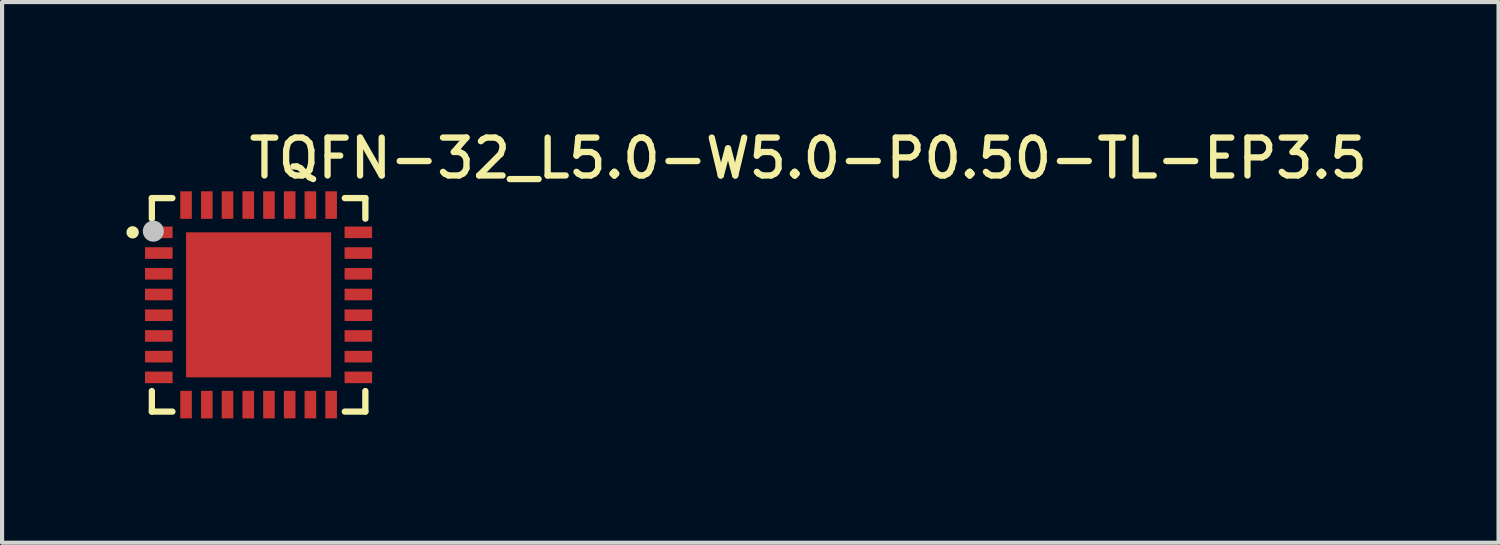
<source format=kicad_pcb>
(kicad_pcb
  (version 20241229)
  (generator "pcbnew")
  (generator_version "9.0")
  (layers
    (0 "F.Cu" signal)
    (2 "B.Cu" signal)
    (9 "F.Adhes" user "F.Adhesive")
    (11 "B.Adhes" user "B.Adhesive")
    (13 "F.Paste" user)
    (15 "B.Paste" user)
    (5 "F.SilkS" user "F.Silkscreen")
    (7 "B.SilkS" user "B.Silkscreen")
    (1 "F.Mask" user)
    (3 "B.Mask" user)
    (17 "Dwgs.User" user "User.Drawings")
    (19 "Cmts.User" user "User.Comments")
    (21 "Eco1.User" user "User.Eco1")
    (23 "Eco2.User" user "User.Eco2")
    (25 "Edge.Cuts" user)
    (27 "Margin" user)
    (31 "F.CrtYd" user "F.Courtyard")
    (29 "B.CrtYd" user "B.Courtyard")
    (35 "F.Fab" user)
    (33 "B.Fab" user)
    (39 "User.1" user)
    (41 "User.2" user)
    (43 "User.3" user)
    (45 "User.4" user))
  (footprint "TQFN-32_L5.0-W5.0-P0.50-TL-EP3.5"
    (layer "F.Cu")
    (at 3.19 4.306)
    (property "Reference" "TQFN-32_L5.0-W5.0-P0.50-TL-EP3.5" (at -0.307 -4.072 0) (layer "F.SilkS") (effects (font (size 0.914 0.914) (thickness 0.152)) (justify left top)))
    (fp_line (start -2.576 -2.576) (end -2.576 -2.08) (stroke (width 0.152) (type default)) (layer "F.SilkS"))
    (fp_line (start -2.576 2.576) (end -2.576 2.08) (stroke (width 0.152) (type default)) (layer "F.SilkS"))
    (fp_line (start -2.08 -2.576) (end -2.576 -2.576) (stroke (width 0.152) (type default)) (layer "F.SilkS"))
    (fp_line (start -2.08 2.576) (end -2.576 2.576) (stroke (width 0.152) (type default)) (layer "F.SilkS"))
    (fp_line (start 2.08 -2.576) (end 2.576 -2.576) (stroke (width 0.152) (type default)) (layer "F.SilkS"))
    (fp_line (start 2.08 2.576) (end 2.576 2.576) (stroke (width 0.152) (type default)) (layer "F.SilkS"))
    (fp_line (start 2.576 -2.576) (end 2.576 -2.08) (stroke (width 0.152) (type default)) (layer "F.SilkS"))
    (fp_line (start 2.576 2.576) (end 2.576 2.08) (stroke (width 0.152) (type default)) (layer "F.SilkS"))
    (fp_circle (center -3.04 -1.75) (end -2.965 -1.75) (stroke (width 0.15) (type default)) (fill no) (layer "F.SilkS"))
    (fp_circle (center -2.54 -1.778) (end -2.413 -1.778) (stroke (width 0.254) (type default)) (fill no) (layer "Dwgs.User"))
    (fp_circle (center -2.5 -2.5) (end -2.47 -2.5) (stroke (width 0.06) (type default)) (fill no) (layer "User.5"))
    (pad "1" smd rect (at -2.408 -1.75) (size 0.665 0.28) (layers "F.Cu" "F.Mask" "F.Paste"))
    (pad "2" smd rect (at -2.408 -1.25) (size 0.665 0.28) (layers "F.Cu" "F.Mask" "F.Paste"))
    (pad "3" smd rect (at -2.408 -0.75) (size 0.665 0.28) (layers "F.Cu" "F.Mask" "F.Paste"))
    (pad "4" smd rect (at -2.408 -0.25) (size 0.665 0.28) (layers "F.Cu" "F.Mask" "F.Paste"))
    (pad "5" smd rect (at -2.408 0.25) (size 0.665 0.28) (layers "F.Cu" "F.Mask" "F.Paste"))
    (pad "6" smd rect (at -2.408 0.75) (size 0.665 0.28) (layers "F.Cu" "F.Mask" "F.Paste"))
    (pad "7" smd rect (at -2.408 1.25) (size 0.665 0.28) (layers "F.Cu" "F.Mask" "F.Paste"))
    (pad "8" smd rect (at -2.408 1.75) (size 0.665 0.28) (layers "F.Cu" "F.Mask" "F.Paste"))
    (pad "9" smd rect (at -1.75 2.407) (size 0.28 0.665) (layers "F.Cu" "F.Mask" "F.Paste"))
    (pad "10" smd rect (at -1.25 2.407) (size 0.28 0.665) (layers "F.Cu" "F.Mask" "F.Paste"))
    (pad "11" smd rect (at -0.75 2.407) (size 0.28 0.665) (layers "F.Cu" "F.Mask" "F.Paste"))
    (pad "12" smd rect (at -0.25 2.407) (size 0.28 0.665) (layers "F.Cu" "F.Mask" "F.Paste"))
    (pad "13" smd rect (at 0.25 2.407) (size 0.28 0.665) (layers "F.Cu" "F.Mask" "F.Paste"))
    (pad "14" smd rect (at 0.75 2.407) (size 0.28 0.665) (layers "F.Cu" "F.Mask" "F.Paste"))
    (pad "15" smd rect (at 1.25 2.407) (size 0.28 0.665) (layers "F.Cu" "F.Mask" "F.Paste"))
    (pad "16" smd rect (at 1.75 2.407) (size 0.28 0.665) (layers "F.Cu" "F.Mask" "F.Paste"))
    (pad "17" smd rect (at 2.407 1.75) (size 0.665 0.28) (layers "F.Cu" "F.Mask" "F.Paste"))
    (pad "18" smd rect (at 2.407 1.25) (size 0.665 0.28) (layers "F.Cu" "F.Mask" "F.Paste"))
    (pad "19" smd rect (at 2.407 0.75) (size 0.665 0.28) (layers "F.Cu" "F.Mask" "F.Paste"))
    (pad "20" smd rect (at 2.407 0.25) (size 0.665 0.28) (layers "F.Cu" "F.Mask" "F.Paste"))
    (pad "21" smd rect (at 2.407 -0.25) (size 0.665 0.28) (layers "F.Cu" "F.Mask" "F.Paste"))
    (pad "22" smd rect (at 2.407 -0.75) (size 0.665 0.28) (layers "F.Cu" "F.Mask" "F.Paste"))
    (pad "23" smd rect (at 2.407 -1.25) (size 0.665 0.28) (layers "F.Cu" "F.Mask" "F.Paste"))
    (pad "24" smd rect (at 2.407 -1.75) (size 0.665 0.28) (layers "F.Cu" "F.Mask" "F.Paste"))
    (pad "25" smd rect (at 1.75 -2.408) (size 0.28 0.665) (layers "F.Cu" "F.Mask" "F.Paste"))
    (pad "26" smd rect (at 1.25 -2.408) (size 0.28 0.665) (layers "F.Cu" "F.Mask" "F.Paste"))
    (pad "27" smd rect (at 0.75 -2.408) (size 0.28 0.665) (layers "F.Cu" "F.Mask" "F.Paste"))
    (pad "28" smd rect (at 0.25 -2.408) (size 0.28 0.665) (layers "F.Cu" "F.Mask" "F.Paste"))
    (pad "29" smd rect (at -0.25 -2.408) (size 0.28 0.665) (layers "F.Cu" "F.Mask" "F.Paste"))
    (pad "30" smd rect (at -0.75 -2.408) (size 0.28 0.665) (layers "F.Cu" "F.Mask" "F.Paste"))
    (pad "31" smd rect (at -1.25 -2.408) (size 0.28 0.665) (layers "F.Cu" "F.Mask" "F.Paste"))
    (pad "32" smd rect (at -1.75 -2.408) (size 0.28 0.665) (layers "F.Cu" "F.Mask" "F.Paste"))
    (pad "33" smd rect (at -0.0001 -0.0001) (size 3.5 3.5) (layers "F.Cu" "F.Mask" "F.Paste"))
    (zone (net_name "") (layer "F.SilkS") (hatch edge 0.5) (priority 100) (connect_pads yes) (min_thickness 0) (filled_areas_thickness no) (fill yes) (polygon (pts (xy 0.614 2.225) (xy 1.109 1.729) (xy 0.69 1.729) (xy 0.614 1.806))) (filled_polygon (layer "F.SilkS") (island) (pts (xy 0.614 2.225) (xy 1.109 1.729) (xy 0.69 1.729) (xy 0.614 1.806))))
    (zone (net_name "") (layer "F.Paste") (hatch edge 0.5) (priority 100) (connect_pads yes) (min_thickness 0) (filled_areas_thickness no) (fill yes) (polygon (pts (xy 1.115 2.696) (xy 1.115 2.416) (xy 0.45 2.416) (xy 0.45 2.696))) (filled_polygon (layer "F.Paste") (island) (pts (xy 1.115 2.696) (xy 1.115 2.416) (xy 0.45 2.416) (xy 0.45 2.696))))
    (zone (net_name "") (layer "F.Paste") (hatch edge 0.5) (priority 100) (connect_pads yes) (min_thickness 0) (filled_areas_thickness no) (fill yes) (polygon (pts (xy 1.115 3.196) (xy 1.115 2.916) (xy 0.45 2.916) (xy 0.45 3.196))) (filled_polygon (layer "F.Paste") (island) (pts (xy 1.115 3.196) (xy 1.115 2.916) (xy 0.45 2.916) (xy 0.45 3.196))))
    (zone (net_name "") (layer "F.Paste") (hatch edge 0.5) (priority 100) (connect_pads yes) (min_thickness 0) (filled_areas_thickness no) (fill yes) (polygon (pts (xy 1.115 3.696) (xy 1.115 3.416) (xy 0.45 3.416) (xy 0.45 3.696))) (filled_polygon (layer "F.Paste") (island) (pts (xy 1.115 3.696) (xy 1.115 3.416) (xy 0.45 3.416) (xy 0.45 3.696))))
    (zone (net_name "") (layer "F.Paste") (hatch edge 0.5) (priority 100) (connect_pads yes) (min_thickness 0) (filled_areas_thickness no) (fill yes) (polygon (pts (xy 1.115 4.196) (xy 1.115 3.916) (xy 0.45 3.916) (xy 0.45 4.196))) (filled_polygon (layer "F.Paste") (island) (pts (xy 1.115 4.196) (xy 1.115 3.916) (xy 0.45 3.916) (xy 0.45 4.196))))
    (zone (net_name "") (layer "F.Paste") (hatch edge 0.5) (priority 100) (connect_pads yes) (min_thickness 0) (filled_areas_thickness no) (fill yes) (polygon (pts (xy 1.115 4.696) (xy 1.115 4.416) (xy 0.45 4.416) (xy 0.45 4.696))) (filled_polygon (layer "F.Paste") (island) (pts (xy 1.115 4.696) (xy 1.115 4.416) (xy 0.45 4.416) (xy 0.45 4.696))))
    (zone (net_name "") (layer "F.Paste") (hatch edge 0.5) (priority 100) (connect_pads yes) (min_thickness 0) (filled_areas_thickness no) (fill yes) (polygon (pts (xy 1.115 5.196) (xy 1.115 4.916) (xy 0.45 4.916) (xy 0.45 5.196))) (filled_polygon (layer "F.Paste") (island) (pts (xy 1.115 5.196) (xy 1.115 4.916) (xy 0.45 4.916) (xy 0.45 5.196))))
    (zone (net_name "") (layer "F.Paste") (hatch edge 0.5) (priority 100) (connect_pads yes) (min_thickness 0) (filled_areas_thickness no) (fill yes) (polygon (pts (xy 1.115 5.696) (xy 1.115 5.416) (xy 0.45 5.416) (xy 0.45 5.696))) (filled_polygon (layer "F.Paste") (island) (pts (xy 1.115 5.696) (xy 1.115 5.416) (xy 0.45 5.416) (xy 0.45 5.696))))
    (zone (net_name "") (layer "F.Paste") (hatch edge 0.5) (priority 100) (connect_pads yes) (min_thickness 0) (filled_areas_thickness no) (fill yes) (polygon (pts (xy 1.115 6.196) (xy 1.115 5.916) (xy 0.45 5.916) (xy 0.45 6.196))) (filled_polygon (layer "F.Paste") (island) (pts (xy 1.115 6.196) (xy 1.115 5.916) (xy 0.45 5.916) (xy 0.45 6.196))))
    (zone (net_name "") (layer "F.Paste") (hatch edge 0.5) (priority 100) (connect_pads yes) (min_thickness 0) (filled_areas_thickness no) (fill yes) (polygon (pts (xy 1.3 1.566) (xy 1.3 2.231) (xy 1.58 2.231) (xy 1.58 1.566))) (filled_polygon (layer "F.Paste") (island) (pts (xy 1.3 1.566) (xy 1.3 2.231) (xy 1.58 2.231) (xy 1.58 1.566))))
    (zone (net_name "") (layer "F.Paste") (hatch edge 0.5) (priority 100) (connect_pads yes) (min_thickness 0) (filled_areas_thickness no) (fill yes) (polygon (pts (xy 1.3 6.381) (xy 1.3 7.046) (xy 1.58 7.046) (xy 1.58 6.381))) (filled_polygon (layer "F.Paste") (island) (pts (xy 1.3 6.381) (xy 1.3 7.046) (xy 1.58 7.046) (xy 1.58 6.381))))
    (zone (net_name "") (layer "F.Paste") (hatch edge 0.5) (priority 100) (connect_pads yes) (min_thickness 0) (filled_areas_thickness no) (fill yes) (polygon (pts (xy 1.8 1.566) (xy 1.8 2.231) (xy 2.08 2.231) (xy 2.08 1.566))) (filled_polygon (layer "F.Paste") (island) (pts (xy 1.8 1.566) (xy 1.8 2.231) (xy 2.08 2.231) (xy 2.08 1.566))))
    (zone (net_name "") (layer "F.Paste") (hatch edge 0.5) (priority 100) (connect_pads yes) (min_thickness 0) (filled_areas_thickness no) (fill yes) (polygon (pts (xy 2.08 7.046) (xy 2.08 6.381) (xy 1.8 6.381) (xy 1.8 7.046))) (filled_polygon (layer "F.Paste") (island) (pts (xy 2.08 7.046) (xy 2.08 6.381) (xy 1.8 6.381) (xy 1.8 7.046))))
    (zone (net_name "") (layer "F.Paste") (hatch edge 0.5) (priority 100) (connect_pads yes) (min_thickness 0) (filled_areas_thickness no) (fill yes) (polygon (pts (xy 2.58 2.231) (xy 2.58 1.566) (xy 2.3 1.566) (xy 2.3 2.231))) (filled_polygon (layer "F.Paste") (island) (pts (xy 2.58 2.231) (xy 2.58 1.566) (xy 2.3 1.566) (xy 2.3 2.231))))
    (zone (net_name "") (layer "F.Paste") (hatch edge 0.5) (priority 100) (connect_pads yes) (min_thickness 0) (filled_areas_thickness no) (fill yes) (polygon (pts (xy 2.58 7.046) (xy 2.58 6.381) (xy 2.3 6.381) (xy 2.3 7.046))) (filled_polygon (layer "F.Paste") (island) (pts (xy 2.58 7.046) (xy 2.58 6.381) (xy 2.3 6.381) (xy 2.3 7.046))))
    (zone (net_name "") (layer "F.Paste") (hatch edge 0.5) (priority 100) (connect_pads yes) (min_thickness 0) (filled_areas_thickness no) (fill yes) (polygon (pts (xy 3.08 2.231) (xy 3.08 1.566) (xy 2.8 1.566) (xy 2.8 2.231))) (filled_polygon (layer "F.Paste") (island) (pts (xy 3.08 2.231) (xy 3.08 1.566) (xy 2.8 1.566) (xy 2.8 2.231))))
    (zone (net_name "") (layer "F.Paste") (hatch edge 0.5) (priority 100) (connect_pads yes) (min_thickness 0) (filled_areas_thickness no) (fill yes) (polygon (pts (xy 3.08 7.046) (xy 3.08 6.381) (xy 2.8 6.381) (xy 2.8 7.046))) (filled_polygon (layer "F.Paste") (island) (pts (xy 3.08 7.046) (xy 3.08 6.381) (xy 2.8 6.381) (xy 2.8 7.046))))
    (zone (net_name "") (layer "F.Paste") (hatch edge 0.5) (priority 100) (connect_pads yes) (min_thickness 0) (filled_areas_thickness no) (fill yes) (polygon (pts (xy 3.58 2.231) (xy 3.58 1.566) (xy 3.3 1.566) (xy 3.3 2.231))) (filled_polygon (layer "F.Paste") (island) (pts (xy 3.58 2.231) (xy 3.58 1.566) (xy 3.3 1.566) (xy 3.3 2.231))))
    (zone (net_name "") (layer "F.Paste") (hatch edge 0.5) (priority 100) (connect_pads yes) (min_thickness 0) (filled_areas_thickness no) (fill yes) (polygon (pts (xy 3.58 7.046) (xy 3.58 6.381) (xy 3.3 6.381) (xy 3.3 7.046))) (filled_polygon (layer "F.Paste") (island) (pts (xy 3.58 7.046) (xy 3.58 6.381) (xy 3.3 6.381) (xy 3.3 7.046))))
    (zone (net_name "") (layer "F.Paste") (hatch edge 0.5) (priority 100) (connect_pads yes) (min_thickness 0) (filled_areas_thickness no) (fill yes) (polygon (pts (xy 4.08 2.231) (xy 4.08 1.566) (xy 3.8 1.566) (xy 3.8 2.231))) (filled_polygon (layer "F.Paste") (island) (pts (xy 4.08 2.231) (xy 4.08 1.566) (xy 3.8 1.566) (xy 3.8 2.231))))
    (zone (net_name "") (layer "F.Paste") (hatch edge 0.5) (priority 100) (connect_pads yes) (min_thickness 0) (filled_areas_thickness no) (fill yes) (polygon (pts (xy 4.08 7.046) (xy 4.08 6.381) (xy 3.8 6.381) (xy 3.8 7.046))) (filled_polygon (layer "F.Paste") (island) (pts (xy 4.08 7.046) (xy 4.08 6.381) (xy 3.8 6.381) (xy 3.8 7.046))))
    (zone (net_name "") (layer "F.Paste") (hatch edge 0.5) (priority 100) (connect_pads yes) (min_thickness 0) (filled_areas_thickness no) (fill yes) (polygon (pts (xy 4.3 6.381) (xy 4.3 7.046) (xy 4.58 7.046) (xy 4.58 6.381))) (filled_polygon (layer "F.Paste") (island) (pts (xy 4.3 6.381) (xy 4.3 7.046) (xy 4.58 7.046) (xy 4.58 6.381))))
    (zone (net_name "") (layer "F.Paste") (hatch edge 0.5) (priority 100) (connect_pads yes) (min_thickness 0) (filled_areas_thickness no) (fill yes) (polygon (pts (xy 4.58 2.231) (xy 4.58 1.566) (xy 4.3 1.566) (xy 4.3 2.231))) (filled_polygon (layer "F.Paste") (island) (pts (xy 4.58 2.231) (xy 4.58 1.566) (xy 4.3 1.566) (xy 4.3 2.231))))
    (zone (net_name "") (layer "F.Paste") (hatch edge 0.5) (priority 100) (connect_pads yes) (min_thickness 0) (filled_areas_thickness no) (fill yes) (polygon (pts (xy 4.59 5.706) (xy 4.59 2.906) (xy 1.79 2.906) (xy 1.79 5.706))) (filled_polygon (layer "F.Paste") (island) (pts (xy 4.59 5.706) (xy 4.59 2.906) (xy 1.79 2.906) (xy 1.79 5.706))))
    (zone (net_name "") (layer "F.Paste") (hatch edge 0.5) (priority 100) (connect_pads yes) (min_thickness 0) (filled_areas_thickness no) (fill yes) (polygon (pts (xy 4.8 6.381) (xy 4.8 7.046) (xy 5.08 7.046) (xy 5.08 6.381))) (filled_polygon (layer "F.Paste") (island) (pts (xy 4.8 6.381) (xy 4.8 7.046) (xy 5.08 7.046) (xy 5.08 6.381))))
    (zone (net_name "") (layer "F.Paste") (hatch edge 0.5) (priority 100) (connect_pads yes) (min_thickness 0) (filled_areas_thickness no) (fill yes) (polygon (pts (xy 5.08 2.231) (xy 5.08 1.566) (xy 4.8 1.566) (xy 4.8 2.231))) (filled_polygon (layer "F.Paste") (island) (pts (xy 5.08 2.231) (xy 5.08 1.566) (xy 4.8 1.566) (xy 4.8 2.231))))
    (zone (net_name "") (layer "F.Paste") (hatch edge 0.5) (priority 100) (connect_pads yes) (min_thickness 0) (filled_areas_thickness no) (fill yes) (polygon (pts (xy 5.265 2.416) (xy 5.265 2.696) (xy 5.93 2.696) (xy 5.93 2.416))) (filled_polygon (layer "F.Paste") (island) (pts (xy 5.265 2.416) (xy 5.265 2.696) (xy 5.93 2.696) (xy 5.93 2.416))))
    (zone (net_name "") (layer "F.Paste") (hatch edge 0.5) (priority 100) (connect_pads yes) (min_thickness 0) (filled_areas_thickness no) (fill yes) (polygon (pts (xy 5.265 2.916) (xy 5.265 3.196) (xy 5.93 3.196) (xy 5.93 2.916))) (filled_polygon (layer "F.Paste") (island) (pts (xy 5.265 2.916) (xy 5.265 3.196) (xy 5.93 3.196) (xy 5.93 2.916))))
    (zone (net_name "") (layer "F.Paste") (hatch edge 0.5) (priority 100) (connect_pads yes) (min_thickness 0) (filled_areas_thickness no) (fill yes) (polygon (pts (xy 5.265 3.416) (xy 5.265 3.696) (xy 5.93 3.696) (xy 5.93 3.416))) (filled_polygon (layer "F.Paste") (island) (pts (xy 5.265 3.416) (xy 5.265 3.696) (xy 5.93 3.696) (xy 5.93 3.416))))
    (zone (net_name "") (layer "F.Paste") (hatch edge 0.5) (priority 100) (connect_pads yes) (min_thickness 0) (filled_areas_thickness no) (fill yes) (polygon (pts (xy 5.265 4.416) (xy 5.265 4.696) (xy 5.93 4.696) (xy 5.93 4.416))) (filled_polygon (layer "F.Paste") (island) (pts (xy 5.265 4.416) (xy 5.265 4.696) (xy 5.93 4.696) (xy 5.93 4.416))))
    (zone (net_name "") (layer "F.Paste") (hatch edge 0.5) (priority 100) (connect_pads yes) (min_thickness 0) (filled_areas_thickness no) (fill yes) (polygon (pts (xy 5.265 4.916) (xy 5.265 5.196) (xy 5.93 5.196) (xy 5.93 4.916))) (filled_polygon (layer "F.Paste") (island) (pts (xy 5.265 4.916) (xy 5.265 5.196) (xy 5.93 5.196) (xy 5.93 4.916))))
    (zone (net_name "") (layer "F.Paste") (hatch edge 0.5) (priority 100) (connect_pads yes) (min_thickness 0) (filled_areas_thickness no) (fill yes) (polygon (pts (xy 5.265 5.416) (xy 5.265 5.696) (xy 5.93 5.696) (xy 5.93 5.416))) (filled_polygon (layer "F.Paste") (island) (pts (xy 5.265 5.416) (xy 5.265 5.696) (xy 5.93 5.696) (xy 5.93 5.416))))
    (zone (net_name "") (layer "F.Paste") (hatch edge 0.5) (priority 100) (connect_pads yes) (min_thickness 0) (filled_areas_thickness no) (fill yes) (polygon (pts (xy 5.265 5.916) (xy 5.265 6.196) (xy 5.93 6.196) (xy 5.93 5.916))) (filled_polygon (layer "F.Paste") (island) (pts (xy 5.265 5.916) (xy 5.265 6.196) (xy 5.93 6.196) (xy 5.93 5.916))))
    (zone (net_name "") (layer "F.Paste") (hatch edge 0.5) (priority 100) (connect_pads yes) (min_thickness 0) (filled_areas_thickness no) (fill yes) (polygon (pts (xy 5.93 4.196) (xy 5.93 3.916) (xy 5.265 3.916) (xy 5.265 4.196))) (filled_polygon (layer "F.Paste") (island) (pts (xy 5.93 4.196) (xy 5.93 3.916) (xy 5.265 3.916) (xy 5.265 4.196))))
    (zone (net_name "") (layer "User.3") (hatch edge 0.5) (priority 100) (connect_pads yes) (min_thickness 0) (filled_areas_thickness no) (fill yes) (polygon (pts (xy 0.69 6.806) (xy 0.69 1.806) (xy 5.69 1.806) (xy 5.69 6.806))) (filled_polygon (layer "User.3") (island) (pts (xy 0.69 6.806) (xy 0.69 1.806) (xy 5.69 1.806) (xy 5.69 6.806))))
    (zone (net_name "") (layer "User.4") (hatch edge 0.5) (priority 100) (connect_pads yes) (min_thickness 0) (filled_areas_thickness no) (fill yes) (polygon (pts (xy 0.69 2.43) (xy 1.09 2.43) (xy 1.09 2.68) (xy 0.69 2.68))) (filled_polygon (layer "User.4") (island) (pts (xy 0.69 2.43) (xy 1.09 2.43) (xy 1.09 2.68) (xy 0.69 2.68))))
    (zone (net_name "") (layer "User.4") (hatch edge 0.5) (priority 100) (connect_pads yes) (min_thickness 0) (filled_areas_thickness no) (fill yes) (polygon (pts (xy 0.69 2.931) (xy 1.09 2.931) (xy 1.09 3.181) (xy 0.69 3.181))) (filled_polygon (layer "User.4") (island) (pts (xy 0.69 2.931) (xy 1.09 2.931) (xy 1.09 3.181) (xy 0.69 3.181))))
    (zone (net_name "") (layer "User.4") (hatch edge 0.5) (priority 100) (connect_pads yes) (min_thickness 0) (filled_areas_thickness no) (fill yes) (polygon (pts (xy 0.69 3.43) (xy 1.09 3.43) (xy 1.09 3.68) (xy 0.69 3.68))) (filled_polygon (layer "User.4") (island) (pts (xy 0.69 3.43) (xy 1.09 3.43) (xy 1.09 3.68) (xy 0.69 3.68))))
    (zone (net_name "") (layer "User.4") (hatch edge 0.5) (priority 100) (connect_pads yes) (min_thickness 0) (filled_areas_thickness no) (fill yes) (polygon (pts (xy 0.69 3.931) (xy 1.09 3.931) (xy 1.09 4.181) (xy 0.69 4.181))) (filled_polygon (layer "User.4") (island) (pts (xy 0.69 3.931) (xy 1.09 3.931) (xy 1.09 4.181) (xy 0.69 4.181))))
    (zone (net_name "") (layer "User.4") (hatch edge 0.5) (priority 100) (connect_pads yes) (min_thickness 0) (filled_areas_thickness no) (fill yes) (polygon (pts (xy 0.69 4.43) (xy 1.09 4.43) (xy 1.09 4.68) (xy 0.69 4.68))) (filled_polygon (layer "User.4") (island) (pts (xy 0.69 4.43) (xy 1.09 4.43) (xy 1.09 4.68) (xy 0.69 4.68))))
    (zone (net_name "") (layer "User.4") (hatch edge 0.5) (priority 100) (connect_pads yes) (min_thickness 0) (filled_areas_thickness no) (fill yes) (polygon (pts (xy 0.69 4.931) (xy 1.09 4.931) (xy 1.09 5.181) (xy 0.69 5.181))) (filled_polygon (layer "User.4") (island) (pts (xy 0.69 4.931) (xy 1.09 4.931) (xy 1.09 5.181) (xy 0.69 5.181))))
    (zone (net_name "") (layer "User.4") (hatch edge 0.5) (priority 100) (connect_pads yes) (min_thickness 0) (filled_areas_thickness no) (fill yes) (polygon (pts (xy 0.69 5.43) (xy 1.09 5.43) (xy 1.09 5.68) (xy 0.69 5.68))) (filled_polygon (layer "User.4") (island) (pts (xy 0.69 5.43) (xy 1.09 5.43) (xy 1.09 5.68) (xy 0.69 5.68))))
    (zone (net_name "") (layer "User.4") (hatch edge 0.5) (priority 100) (connect_pads yes) (min_thickness 0) (filled_areas_thickness no) (fill yes) (polygon (pts (xy 0.69 5.931) (xy 1.09 5.931) (xy 1.09 6.181) (xy 0.69 6.181))) (filled_polygon (layer "User.4") (island) (pts (xy 0.69 5.931) (xy 1.09 5.931) (xy 1.09 6.181) (xy 0.69 6.181))))
    (zone (net_name "") (layer "User.4") (hatch edge 0.5) (priority 100) (connect_pads yes) (min_thickness 0) (filled_areas_thickness no) (fill yes) (polygon (pts (xy 1.315 1.806) (xy 1.565 1.806) (xy 1.565 2.206) (xy 1.315 2.206))) (filled_polygon (layer "User.4") (island) (pts (xy 1.315 1.806) (xy 1.565 1.806) (xy 1.565 2.206) (xy 1.315 2.206))))
    (zone (net_name "") (layer "User.4") (hatch edge 0.5) (priority 100) (connect_pads yes) (min_thickness 0) (filled_areas_thickness no) (fill yes) (polygon (pts (xy 1.315 6.406) (xy 1.565 6.406) (xy 1.565 6.806) (xy 1.315 6.806))) (filled_polygon (layer "User.4") (island) (pts (xy 1.315 6.406) (xy 1.565 6.406) (xy 1.565 6.806) (xy 1.315 6.806))))
    (zone (net_name "") (layer "User.4") (hatch edge 0.5) (priority 100) (connect_pads yes) (min_thickness 0) (filled_areas_thickness no) (fill yes) (polygon (pts (xy 1.465 2.581) (xy 4.915 2.581) (xy 4.915 6.031) (xy 1.465 6.031))) (filled_polygon (layer "User.4") (island) (pts (xy 1.465 2.581) (xy 4.915 2.581) (xy 4.915 6.031) (xy 1.465 6.031))))
    (zone (net_name "") (layer "User.4") (hatch edge 0.5) (priority 100) (connect_pads yes) (min_thickness 0) (filled_areas_thickness no) (fill yes) (polygon (pts (xy 1.815 1.806) (xy 2.065 1.806) (xy 2.065 2.206) (xy 1.815 2.206))) (filled_polygon (layer "User.4") (island) (pts (xy 1.815 1.806) (xy 2.065 1.806) (xy 2.065 2.206) (xy 1.815 2.206))))
    (zone (net_name "") (layer "User.4") (hatch edge 0.5) (priority 100) (connect_pads yes) (min_thickness 0) (filled_areas_thickness no) (fill yes) (polygon (pts (xy 1.815 6.406) (xy 2.065 6.406) (xy 2.065 6.806) (xy 1.815 6.806))) (filled_polygon (layer "User.4") (island) (pts (xy 1.815 6.406) (xy 2.065 6.406) (xy 2.065 6.806) (xy 1.815 6.806))))
    (zone (net_name "") (layer "User.4") (hatch edge 0.5) (priority 100) (connect_pads yes) (min_thickness 0) (filled_areas_thickness no) (fill yes) (polygon (pts (xy 2.315 1.806) (xy 2.565 1.806) (xy 2.565 2.206) (xy 2.315 2.206))) (filled_polygon (layer "User.4") (island) (pts (xy 2.315 1.806) (xy 2.565 1.806) (xy 2.565 2.206) (xy 2.315 2.206))))
    (zone (net_name "") (layer "User.4") (hatch edge 0.5) (priority 100) (connect_pads yes) (min_thickness 0) (filled_areas_thickness no) (fill yes) (polygon (pts (xy 2.315 6.406) (xy 2.565 6.406) (xy 2.565 6.806) (xy 2.315 6.806))) (filled_polygon (layer "User.4") (island) (pts (xy 2.315 6.406) (xy 2.565 6.406) (xy 2.565 6.806) (xy 2.315 6.806))))
    (zone (net_name "") (layer "User.4") (hatch edge 0.5) (priority 100) (connect_pads yes) (min_thickness 0) (filled_areas_thickness no) (fill yes) (polygon (pts (xy 2.815 1.806) (xy 3.065 1.806) (xy 3.065 2.206) (xy 2.815 2.206))) (filled_polygon (layer "User.4") (island) (pts (xy 2.815 1.806) (xy 3.065 1.806) (xy 3.065 2.206) (xy 2.815 2.206))))
    (zone (net_name "") (layer "User.4") (hatch edge 0.5) (priority 100) (connect_pads yes) (min_thickness 0) (filled_areas_thickness no) (fill yes) (polygon (pts (xy 2.815 6.406) (xy 3.065 6.406) (xy 3.065 6.806) (xy 2.815 6.806))) (filled_polygon (layer "User.4") (island) (pts (xy 2.815 6.406) (xy 3.065 6.406) (xy 3.065 6.806) (xy 2.815 6.806))))
    (zone (net_name "") (layer "User.4") (hatch edge 0.5) (priority 100) (connect_pads yes) (min_thickness 0) (filled_areas_thickness no) (fill yes) (polygon (pts (xy 3.315 1.806) (xy 3.565 1.806) (xy 3.565 2.206) (xy 3.315 2.206))) (filled_polygon (layer "User.4") (island) (pts (xy 3.315 1.806) (xy 3.565 1.806) (xy 3.565 2.206) (xy 3.315 2.206))))
    (zone (net_name "") (layer "User.4") (hatch edge 0.5) (priority 100) (connect_pads yes) (min_thickness 0) (filled_areas_thickness no) (fill yes) (polygon (pts (xy 3.315 6.406) (xy 3.565 6.406) (xy 3.565 6.806) (xy 3.315 6.806))) (filled_polygon (layer "User.4") (island) (pts (xy 3.315 6.406) (xy 3.565 6.406) (xy 3.565 6.806) (xy 3.315 6.806))))
    (zone (net_name "") (layer "User.4") (hatch edge 0.5) (priority 100) (connect_pads yes) (min_thickness 0) (filled_areas_thickness no) (fill yes) (polygon (pts (xy 3.815 1.806) (xy 4.065 1.806) (xy 4.065 2.206) (xy 3.815 2.206))) (filled_polygon (layer "User.4") (island) (pts (xy 3.815 1.806) (xy 4.065 1.806) (xy 4.065 2.206) (xy 3.815 2.206))))
    (zone (net_name "") (layer "User.4") (hatch edge 0.5) (priority 100) (connect_pads yes) (min_thickness 0) (filled_areas_thickness no) (fill yes) (polygon (pts (xy 3.815 6.406) (xy 4.065 6.406) (xy 4.065 6.806) (xy 3.815 6.806))) (filled_polygon (layer "User.4") (island) (pts (xy 3.815 6.406) (xy 4.065 6.406) (xy 4.065 6.806) (xy 3.815 6.806))))
    (zone (net_name "") (layer "User.4") (hatch edge 0.5) (priority 100) (connect_pads yes) (min_thickness 0) (filled_areas_thickness no) (fill yes) (polygon (pts (xy 4.315 1.806) (xy 4.565 1.806) (xy 4.565 2.206) (xy 4.315 2.206))) (filled_polygon (layer "User.4") (island) (pts (xy 4.315 1.806) (xy 4.565 1.806) (xy 4.565 2.206) (xy 4.315 2.206))))
    (zone (net_name "") (layer "User.4") (hatch edge 0.5) (priority 100) (connect_pads yes) (min_thickness 0) (filled_areas_thickness no) (fill yes) (polygon (pts (xy 4.315 6.406) (xy 4.565 6.406) (xy 4.565 6.806) (xy 4.315 6.806))) (filled_polygon (layer "User.4") (island) (pts (xy 4.315 6.406) (xy 4.565 6.406) (xy 4.565 6.806) (xy 4.315 6.806))))
    (zone (net_name "") (layer "User.4") (hatch edge 0.5) (priority 100) (connect_pads yes) (min_thickness 0) (filled_areas_thickness no) (fill yes) (polygon (pts (xy 4.815 1.806) (xy 5.065 1.806) (xy 5.065 2.206) (xy 4.815 2.206))) (filled_polygon (layer "User.4") (island) (pts (xy 4.815 1.806) (xy 5.065 1.806) (xy 5.065 2.206) (xy 4.815 2.206))))
    (zone (net_name "") (layer "User.4") (hatch edge 0.5) (priority 100) (connect_pads yes) (min_thickness 0) (filled_areas_thickness no) (fill yes) (polygon (pts (xy 4.815 6.406) (xy 5.065 6.406) (xy 5.065 6.806) (xy 4.815 6.806))) (filled_polygon (layer "User.4") (island) (pts (xy 4.815 6.406) (xy 5.065 6.406) (xy 5.065 6.806) (xy 4.815 6.806))))
    (zone (net_name "") (layer "User.4") (hatch edge 0.5) (priority 100) (connect_pads yes) (min_thickness 0) (filled_areas_thickness no) (fill yes) (polygon (pts (xy 5.29 2.43) (xy 5.69 2.43) (xy 5.69 2.68) (xy 5.29 2.68))) (filled_polygon (layer "User.4") (island) (pts (xy 5.29 2.43) (xy 5.69 2.43) (xy 5.69 2.68) (xy 5.29 2.68))))
    (zone (net_name "") (layer "User.4") (hatch edge 0.5) (priority 100) (connect_pads yes) (min_thickness 0) (filled_areas_thickness no) (fill yes) (polygon (pts (xy 5.29 2.931) (xy 5.69 2.931) (xy 5.69 3.181) (xy 5.29 3.181))) (filled_polygon (layer "User.4") (island) (pts (xy 5.29 2.931) (xy 5.69 2.931) (xy 5.69 3.181) (xy 5.29 3.181))))
    (zone (net_name "") (layer "User.4") (hatch edge 0.5) (priority 100) (connect_pads yes) (min_thickness 0) (filled_areas_thickness no) (fill yes) (polygon (pts (xy 5.29 3.43) (xy 5.69 3.43) (xy 5.69 3.68) (xy 5.29 3.68))) (filled_polygon (layer "User.4") (island) (pts (xy 5.29 3.43) (xy 5.69 3.43) (xy 5.69 3.68) (xy 5.29 3.68))))
    (zone (net_name "") (layer "User.4") (hatch edge 0.5) (priority 100) (connect_pads yes) (min_thickness 0) (filled_areas_thickness no) (fill yes) (polygon (pts (xy 5.29 3.931) (xy 5.69 3.931) (xy 5.69 4.181) (xy 5.29 4.181))) (filled_polygon (layer "User.4") (island) (pts (xy 5.29 3.931) (xy 5.69 3.931) (xy 5.69 4.181) (xy 5.29 4.181))))
    (zone (net_name "") (layer "User.4") (hatch edge 0.5) (priority 100) (connect_pads yes) (min_thickness 0) (filled_areas_thickness no) (fill yes) (polygon (pts (xy 5.29 4.43) (xy 5.69 4.43) (xy 5.69 4.68) (xy 5.29 4.68))) (filled_polygon (layer "User.4") (island) (pts (xy 5.29 4.43) (xy 5.69 4.43) (xy 5.69 4.68) (xy 5.29 4.68))))
    (zone (net_name "") (layer "User.4") (hatch edge 0.5) (priority 100) (connect_pads yes) (min_thickness 0) (filled_areas_thickness no) (fill yes) (polygon (pts (xy 5.29 4.931) (xy 5.69 4.931) (xy 5.69 5.181) (xy 5.29 5.181))) (filled_polygon (layer "User.4") (island) (pts (xy 5.29 4.931) (xy 5.69 4.931) (xy 5.69 5.181) (xy 5.29 5.181))))
    (zone (net_name "") (layer "User.4") (hatch edge 0.5) (priority 100) (connect_pads yes) (min_thickness 0) (filled_areas_thickness no) (fill yes) (polygon (pts (xy 5.29 5.43) (xy 5.69 5.43) (xy 5.69 5.68) (xy 5.29 5.68))) (filled_polygon (layer "User.4") (island) (pts (xy 5.29 5.43) (xy 5.69 5.43) (xy 5.69 5.68) (xy 5.29 5.68))))
    (zone (net_name "") (layer "User.4") (hatch edge 0.5) (priority 100) (connect_pads yes) (min_thickness 0) (filled_areas_thickness no) (fill yes) (polygon (pts (xy 5.29 5.931) (xy 5.69 5.931) (xy 5.69 6.181) (xy 5.29 6.181))) (filled_polygon (layer "User.4") (island) (pts (xy 5.29 5.931) (xy 5.69 5.931) (xy 5.69 6.181) (xy 5.29 6.181)))))
  (gr_rect
    (start -3 -3)
    (end 33.11 10.046)
    (stroke (width 0.1) (type default))
    (fill no)
    (layer "Edge.Cuts")))
</source>
